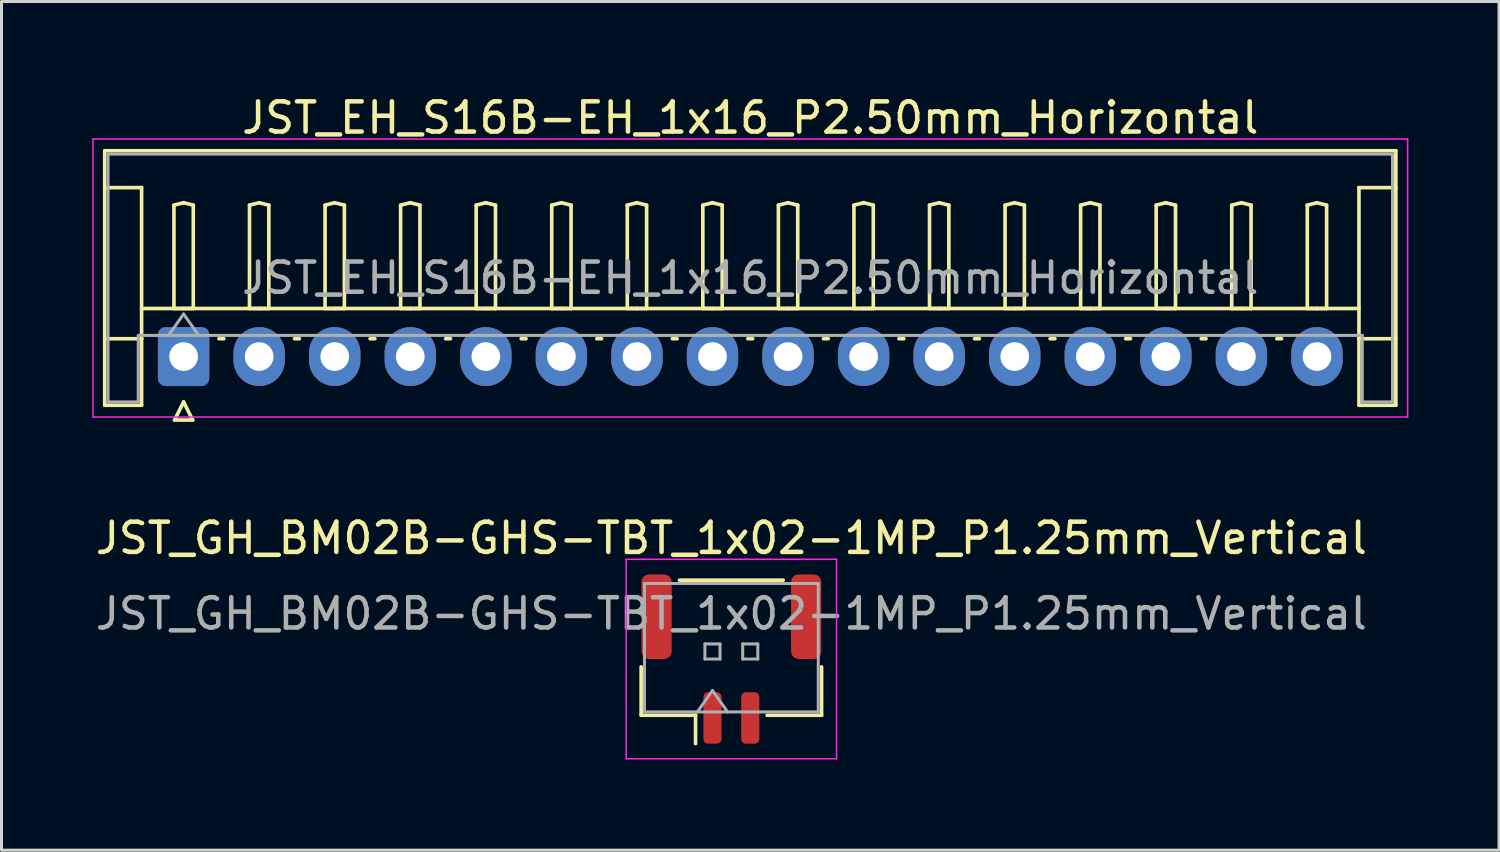
<source format=kicad_pcb>
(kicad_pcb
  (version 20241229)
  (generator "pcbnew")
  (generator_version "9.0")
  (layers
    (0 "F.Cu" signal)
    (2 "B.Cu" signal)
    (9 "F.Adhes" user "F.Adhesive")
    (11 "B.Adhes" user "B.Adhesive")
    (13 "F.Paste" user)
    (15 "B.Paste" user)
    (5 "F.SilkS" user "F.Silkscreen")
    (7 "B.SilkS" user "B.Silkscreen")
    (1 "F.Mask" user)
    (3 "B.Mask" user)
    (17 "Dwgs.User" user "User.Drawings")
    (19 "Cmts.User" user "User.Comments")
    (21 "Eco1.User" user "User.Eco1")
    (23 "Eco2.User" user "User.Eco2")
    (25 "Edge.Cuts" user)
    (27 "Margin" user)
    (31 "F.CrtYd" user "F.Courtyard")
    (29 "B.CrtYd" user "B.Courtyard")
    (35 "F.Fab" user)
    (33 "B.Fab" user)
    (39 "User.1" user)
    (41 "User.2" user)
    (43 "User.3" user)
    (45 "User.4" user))
  (footprint "JST_EH_S16B-EH_1x16_P2.50mm_Horizontal"
    (layer "F.Cu")
    (at 3.025 8.748)
    (property "Reference" "JST_EH_S16B-EH_1x16_P2.50mm_Horizontal" (at 18.75 -7.9 0) (layer "F.SilkS") (effects (font (size 1 1) (thickness 0.15))))
    (attr through_hole)
    (fp_line (start -2.61 -6.81) (end 40.11 -6.81) (stroke (width 0.12) (type solid)) (layer "F.SilkS"))
    (fp_line (start -2.61 -5.59) (end -1.39 -5.59) (stroke (width 0.12) (type solid)) (layer "F.SilkS"))
    (fp_line (start -2.61 1.61) (end -2.61 -6.81) (stroke (width 0.12) (type solid)) (layer "F.SilkS"))
    (fp_line (start -1.39 -5.59) (end -1.39 -0.59) (stroke (width 0.12) (type solid)) (layer "F.SilkS"))
    (fp_line (start -1.39 -1.59) (end 38.89 -1.59) (stroke (width 0.12) (type solid)) (layer "F.SilkS"))
    (fp_line (start -1.39 -0.59) (end -2.61 -0.59) (stroke (width 0.12) (type solid)) (layer "F.SilkS"))
    (fp_line (start -1.39 -0.59) (end -1.39 1.61) (stroke (width 0.12) (type solid)) (layer "F.SilkS"))
    (fp_line (start -1.39 1.61) (end -2.61 1.61) (stroke (width 0.12) (type solid)) (layer "F.SilkS"))
    (fp_line (start -0.32 -5.01) (end 0 -5.09) (stroke (width 0.12) (type solid)) (layer "F.SilkS"))
    (fp_line (start -0.32 -1.59) (end -0.32 -5.01) (stroke (width 0.12) (type solid)) (layer "F.SilkS"))
    (fp_line (start -0.3 2.1) (end 0.3 2.1) (stroke (width 0.12) (type solid)) (layer "F.SilkS"))
    (fp_line (start 0 -5.09) (end 0.32 -5.01) (stroke (width 0.12) (type solid)) (layer "F.SilkS"))
    (fp_line (start 0 -1.59) (end -0.32 -1.59) (stroke (width 0.12) (type solid)) (layer "F.SilkS"))
    (fp_line (start 0 1.5) (end -0.3 2.1) (stroke (width 0.12) (type solid)) (layer "F.SilkS"))
    (fp_line (start 0.3 2.1) (end 0 1.5) (stroke (width 0.12) (type solid)) (layer "F.SilkS"))
    (fp_line (start 0.32 -5.01) (end 0.32 -1.59) (stroke (width 0.12) (type solid)) (layer "F.SilkS"))
    (fp_line (start 0.32 -1.59) (end 0 -1.59) (stroke (width 0.12) (type solid)) (layer "F.SilkS"))
    (fp_line (start 1.17 -0.59) (end 1.33 -0.59) (stroke (width 0.12) (type solid)) (layer "F.SilkS"))
    (fp_line (start 2.18 -5.01) (end 2.5 -5.09) (stroke (width 0.12) (type solid)) (layer "F.SilkS"))
    (fp_line (start 2.18 -1.59) (end 2.18 -5.01) (stroke (width 0.12) (type solid)) (layer "F.SilkS"))
    (fp_line (start 2.5 -5.09) (end 2.82 -5.01) (stroke (width 0.12) (type solid)) (layer "F.SilkS"))
    (fp_line (start 2.5 -1.59) (end 2.18 -1.59) (stroke (width 0.12) (type solid)) (layer "F.SilkS"))
    (fp_line (start 2.82 -5.01) (end 2.82 -1.59) (stroke (width 0.12) (type solid)) (layer "F.SilkS"))
    (fp_line (start 2.82 -1.59) (end 2.5 -1.59) (stroke (width 0.12) (type solid)) (layer "F.SilkS"))
    (fp_line (start 3.67 -0.59) (end 3.83 -0.59) (stroke (width 0.12) (type solid)) (layer "F.SilkS"))
    (fp_line (start 4.68 -5.01) (end 5 -5.09) (stroke (width 0.12) (type solid)) (layer "F.SilkS"))
    (fp_line (start 4.68 -1.59) (end 4.68 -5.01) (stroke (width 0.12) (type solid)) (layer "F.SilkS"))
    (fp_line (start 5 -5.09) (end 5.32 -5.01) (stroke (width 0.12) (type solid)) (layer "F.SilkS"))
    (fp_line (start 5 -1.59) (end 4.68 -1.59) (stroke (width 0.12) (type solid)) (layer "F.SilkS"))
    (fp_line (start 5.32 -5.01) (end 5.32 -1.59) (stroke (width 0.12) (type solid)) (layer "F.SilkS"))
    (fp_line (start 5.32 -1.59) (end 5 -1.59) (stroke (width 0.12) (type solid)) (layer "F.SilkS"))
    (fp_line (start 6.17 -0.59) (end 6.33 -0.59) (stroke (width 0.12) (type solid)) (layer "F.SilkS"))
    (fp_line (start 7.18 -5.01) (end 7.5 -5.09) (stroke (width 0.12) (type solid)) (layer "F.SilkS"))
    (fp_line (start 7.18 -1.59) (end 7.18 -5.01) (stroke (width 0.12) (type solid)) (layer "F.SilkS"))
    (fp_line (start 7.5 -5.09) (end 7.82 -5.01) (stroke (width 0.12) (type solid)) (layer "F.SilkS"))
    (fp_line (start 7.5 -1.59) (end 7.18 -1.59) (stroke (width 0.12) (type solid)) (layer "F.SilkS"))
    (fp_line (start 7.82 -5.01) (end 7.82 -1.59) (stroke (width 0.12) (type solid)) (layer "F.SilkS"))
    (fp_line (start 7.82 -1.59) (end 7.5 -1.59) (stroke (width 0.12) (type solid)) (layer "F.SilkS"))
    (fp_line (start 8.67 -0.59) (end 8.83 -0.59) (stroke (width 0.12) (type solid)) (layer "F.SilkS"))
    (fp_line (start 9.68 -5.01) (end 10 -5.09) (stroke (width 0.12) (type solid)) (layer "F.SilkS"))
    (fp_line (start 9.68 -1.59) (end 9.68 -5.01) (stroke (width 0.12) (type solid)) (layer "F.SilkS"))
    (fp_line (start 10 -5.09) (end 10.32 -5.01) (stroke (width 0.12) (type solid)) (layer "F.SilkS"))
    (fp_line (start 10 -1.59) (end 9.68 -1.59) (stroke (width 0.12) (type solid)) (layer "F.SilkS"))
    (fp_line (start 10.32 -5.01) (end 10.32 -1.59) (stroke (width 0.12) (type solid)) (layer "F.SilkS"))
    (fp_line (start 10.32 -1.59) (end 10 -1.59) (stroke (width 0.12) (type solid)) (layer "F.SilkS"))
    (fp_line (start 11.17 -0.59) (end 11.33 -0.59) (stroke (width 0.12) (type solid)) (layer "F.SilkS"))
    (fp_line (start 12.18 -5.01) (end 12.5 -5.09) (stroke (width 0.12) (type solid)) (layer "F.SilkS"))
    (fp_line (start 12.18 -1.59) (end 12.18 -5.01) (stroke (width 0.12) (type solid)) (layer "F.SilkS"))
    (fp_line (start 12.5 -5.09) (end 12.82 -5.01) (stroke (width 0.12) (type solid)) (layer "F.SilkS"))
    (fp_line (start 12.5 -1.59) (end 12.18 -1.59) (stroke (width 0.12) (type solid)) (layer "F.SilkS"))
    (fp_line (start 12.82 -5.01) (end 12.82 -1.59) (stroke (width 0.12) (type solid)) (layer "F.SilkS"))
    (fp_line (start 12.82 -1.59) (end 12.5 -1.59) (stroke (width 0.12) (type solid)) (layer "F.SilkS"))
    (fp_line (start 13.67 -0.59) (end 13.83 -0.59) (stroke (width 0.12) (type solid)) (layer "F.SilkS"))
    (fp_line (start 14.68 -5.01) (end 15 -5.09) (stroke (width 0.12) (type solid)) (layer "F.SilkS"))
    (fp_line (start 14.68 -1.59) (end 14.68 -5.01) (stroke (width 0.12) (type solid)) (layer "F.SilkS"))
    (fp_line (start 15 -5.09) (end 15.32 -5.01) (stroke (width 0.12) (type solid)) (layer "F.SilkS"))
    (fp_line (start 15 -1.59) (end 14.68 -1.59) (stroke (width 0.12) (type solid)) (layer "F.SilkS"))
    (fp_line (start 15.32 -5.01) (end 15.32 -1.59) (stroke (width 0.12) (type solid)) (layer "F.SilkS"))
    (fp_line (start 15.32 -1.59) (end 15 -1.59) (stroke (width 0.12) (type solid)) (layer "F.SilkS"))
    (fp_line (start 16.17 -0.59) (end 16.33 -0.59) (stroke (width 0.12) (type solid)) (layer "F.SilkS"))
    (fp_line (start 17.18 -5.01) (end 17.5 -5.09) (stroke (width 0.12) (type solid)) (layer "F.SilkS"))
    (fp_line (start 17.18 -1.59) (end 17.18 -5.01) (stroke (width 0.12) (type solid)) (layer "F.SilkS"))
    (fp_line (start 17.5 -5.09) (end 17.82 -5.01) (stroke (width 0.12) (type solid)) (layer "F.SilkS"))
    (fp_line (start 17.5 -1.59) (end 17.18 -1.59) (stroke (width 0.12) (type solid)) (layer "F.SilkS"))
    (fp_line (start 17.82 -5.01) (end 17.82 -1.59) (stroke (width 0.12) (type solid)) (layer "F.SilkS"))
    (fp_line (start 17.82 -1.59) (end 17.5 -1.59) (stroke (width 0.12) (type solid)) (layer "F.SilkS"))
    (fp_line (start 18.67 -0.59) (end 18.83 -0.59) (stroke (width 0.12) (type solid)) (layer "F.SilkS"))
    (fp_line (start 19.68 -5.01) (end 20 -5.09) (stroke (width 0.12) (type solid)) (layer "F.SilkS"))
    (fp_line (start 19.68 -1.59) (end 19.68 -5.01) (stroke (width 0.12) (type solid)) (layer "F.SilkS"))
    (fp_line (start 20 -5.09) (end 20.32 -5.01) (stroke (width 0.12) (type solid)) (layer "F.SilkS"))
    (fp_line (start 20 -1.59) (end 19.68 -1.59) (stroke (width 0.12) (type solid)) (layer "F.SilkS"))
    (fp_line (start 20.32 -5.01) (end 20.32 -1.59) (stroke (width 0.12) (type solid)) (layer "F.SilkS"))
    (fp_line (start 20.32 -1.59) (end 20 -1.59) (stroke (width 0.12) (type solid)) (layer "F.SilkS"))
    (fp_line (start 21.17 -0.59) (end 21.33 -0.59) (stroke (width 0.12) (type solid)) (layer "F.SilkS"))
    (fp_line (start 22.18 -5.01) (end 22.5 -5.09) (stroke (width 0.12) (type solid)) (layer "F.SilkS"))
    (fp_line (start 22.18 -1.59) (end 22.18 -5.01) (stroke (width 0.12) (type solid)) (layer "F.SilkS"))
    (fp_line (start 22.5 -5.09) (end 22.82 -5.01) (stroke (width 0.12) (type solid)) (layer "F.SilkS"))
    (fp_line (start 22.5 -1.59) (end 22.18 -1.59) (stroke (width 0.12) (type solid)) (layer "F.SilkS"))
    (fp_line (start 22.82 -5.01) (end 22.82 -1.59) (stroke (width 0.12) (type solid)) (layer "F.SilkS"))
    (fp_line (start 22.82 -1.59) (end 22.5 -1.59) (stroke (width 0.12) (type solid)) (layer "F.SilkS"))
    (fp_line (start 23.67 -0.59) (end 23.83 -0.59) (stroke (width 0.12) (type solid)) (layer "F.SilkS"))
    (fp_line (start 24.68 -5.01) (end 25 -5.09) (stroke (width 0.12) (type solid)) (layer "F.SilkS"))
    (fp_line (start 24.68 -1.59) (end 24.68 -5.01) (stroke (width 0.12) (type solid)) (layer "F.SilkS"))
    (fp_line (start 25 -5.09) (end 25.32 -5.01) (stroke (width 0.12) (type solid)) (layer "F.SilkS"))
    (fp_line (start 25 -1.59) (end 24.68 -1.59) (stroke (width 0.12) (type solid)) (layer "F.SilkS"))
    (fp_line (start 25.32 -5.01) (end 25.32 -1.59) (stroke (width 0.12) (type solid)) (layer "F.SilkS"))
    (fp_line (start 25.32 -1.59) (end 25 -1.59) (stroke (width 0.12) (type solid)) (layer "F.SilkS"))
    (fp_line (start 26.17 -0.59) (end 26.33 -0.59) (stroke (width 0.12) (type solid)) (layer "F.SilkS"))
    (fp_line (start 27.18 -5.01) (end 27.5 -5.09) (stroke (width 0.12) (type solid)) (layer "F.SilkS"))
    (fp_line (start 27.18 -1.59) (end 27.18 -5.01) (stroke (width 0.12) (type solid)) (layer "F.SilkS"))
    (fp_line (start 27.5 -5.09) (end 27.82 -5.01) (stroke (width 0.12) (type solid)) (layer "F.SilkS"))
    (fp_line (start 27.5 -1.59) (end 27.18 -1.59) (stroke (width 0.12) (type solid)) (layer "F.SilkS"))
    (fp_line (start 27.82 -5.01) (end 27.82 -1.59) (stroke (width 0.12) (type solid)) (layer "F.SilkS"))
    (fp_line (start 27.82 -1.59) (end 27.5 -1.59) (stroke (width 0.12) (type solid)) (layer "F.SilkS"))
    (fp_line (start 28.67 -0.59) (end 28.83 -0.59) (stroke (width 0.12) (type solid)) (layer "F.SilkS"))
    (fp_line (start 29.68 -5.01) (end 30 -5.09) (stroke (width 0.12) (type solid)) (layer "F.SilkS"))
    (fp_line (start 29.68 -1.59) (end 29.68 -5.01) (stroke (width 0.12) (type solid)) (layer "F.SilkS"))
    (fp_line (start 30 -5.09) (end 30.32 -5.01) (stroke (width 0.12) (type solid)) (layer "F.SilkS"))
    (fp_line (start 30 -1.59) (end 29.68 -1.59) (stroke (width 0.12) (type solid)) (layer "F.SilkS"))
    (fp_line (start 30.32 -5.01) (end 30.32 -1.59) (stroke (width 0.12) (type solid)) (layer "F.SilkS"))
    (fp_line (start 30.32 -1.59) (end 30 -1.59) (stroke (width 0.12) (type solid)) (layer "F.SilkS"))
    (fp_line (start 31.17 -0.59) (end 31.33 -0.59) (stroke (width 0.12) (type solid)) (layer "F.SilkS"))
    (fp_line (start 32.18 -5.01) (end 32.5 -5.09) (stroke (width 0.12) (type solid)) (layer "F.SilkS"))
    (fp_line (start 32.18 -1.59) (end 32.18 -5.01) (stroke (width 0.12) (type solid)) (layer "F.SilkS"))
    (fp_line (start 32.5 -5.09) (end 32.82 -5.01) (stroke (width 0.12) (type solid)) (layer "F.SilkS"))
    (fp_line (start 32.5 -1.59) (end 32.18 -1.59) (stroke (width 0.12) (type solid)) (layer "F.SilkS"))
    (fp_line (start 32.82 -5.01) (end 32.82 -1.59) (stroke (width 0.12) (type solid)) (layer "F.SilkS"))
    (fp_line (start 32.82 -1.59) (end 32.5 -1.59) (stroke (width 0.12) (type solid)) (layer "F.SilkS"))
    (fp_line (start 33.67 -0.59) (end 33.83 -0.59) (stroke (width 0.12) (type solid)) (layer "F.SilkS"))
    (fp_line (start 34.68 -5.01) (end 35 -5.09) (stroke (width 0.12) (type solid)) (layer "F.SilkS"))
    (fp_line (start 34.68 -1.59) (end 34.68 -5.01) (stroke (width 0.12) (type solid)) (layer "F.SilkS"))
    (fp_line (start 35 -5.09) (end 35.32 -5.01) (stroke (width 0.12) (type solid)) (layer "F.SilkS"))
    (fp_line (start 35 -1.59) (end 34.68 -1.59) (stroke (width 0.12) (type solid)) (layer "F.SilkS"))
    (fp_line (start 35.32 -5.01) (end 35.32 -1.59) (stroke (width 0.12) (type solid)) (layer "F.SilkS"))
    (fp_line (start 35.32 -1.59) (end 35 -1.59) (stroke (width 0.12) (type solid)) (layer "F.SilkS"))
    (fp_line (start 36.17 -0.59) (end 36.33 -0.59) (stroke (width 0.12) (type solid)) (layer "F.SilkS"))
    (fp_line (start 37.18 -5.01) (end 37.5 -5.09) (stroke (width 0.12) (type solid)) (layer "F.SilkS"))
    (fp_line (start 37.18 -1.59) (end 37.18 -5.01) (stroke (width 0.12) (type solid)) (layer "F.SilkS"))
    (fp_line (start 37.5 -5.09) (end 37.82 -5.01) (stroke (width 0.12) (type solid)) (layer "F.SilkS"))
    (fp_line (start 37.5 -1.59) (end 37.18 -1.59) (stroke (width 0.12) (type solid)) (layer "F.SilkS"))
    (fp_line (start 37.82 -5.01) (end 37.82 -1.59) (stroke (width 0.12) (type solid)) (layer "F.SilkS"))
    (fp_line (start 37.82 -1.59) (end 37.5 -1.59) (stroke (width 0.12) (type solid)) (layer "F.SilkS"))
    (fp_line (start 38.89 -5.59) (end 38.89 -0.59) (stroke (width 0.12) (type solid)) (layer "F.SilkS"))
    (fp_line (start 38.89 -0.59) (end 40.11 -0.59) (stroke (width 0.12) (type solid)) (layer "F.SilkS"))
    (fp_line (start 38.89 1.61) (end 38.89 -0.59) (stroke (width 0.12) (type solid)) (layer "F.SilkS"))
    (fp_line (start 40.11 -6.81) (end 40.11 1.61) (stroke (width 0.12) (type solid)) (layer "F.SilkS"))
    (fp_line (start 40.11 -5.59) (end 38.89 -5.59) (stroke (width 0.12) (type solid)) (layer "F.SilkS"))
    (fp_line (start 40.11 1.61) (end 38.89 1.61) (stroke (width 0.12) (type solid)) (layer "F.SilkS"))
    (fp_line (start -3 -7.2) (end -3 2) (stroke (width 0.05) (type solid)) (layer "F.CrtYd"))
    (fp_line (start -3 2) (end 40.5 2) (stroke (width 0.05) (type solid)) (layer "F.CrtYd"))
    (fp_line (start 40.5 -7.2) (end -3 -7.2) (stroke (width 0.05) (type solid)) (layer "F.CrtYd"))
    (fp_line (start 40.5 2) (end 40.5 -7.2) (stroke (width 0.05) (type solid)) (layer "F.CrtYd"))
    (fp_line (start -2.5 -6.7) (end 40 -6.7) (stroke (width 0.1) (type solid)) (layer "F.Fab"))
    (fp_line (start -2.5 1.5) (end -2.5 -6.7) (stroke (width 0.1) (type solid)) (layer "F.Fab"))
    (fp_line (start -1.5 -0.7) (end -1.5 1.5) (stroke (width 0.1) (type solid)) (layer "F.Fab"))
    (fp_line (start -1.5 1.5) (end -2.5 1.5) (stroke (width 0.1) (type solid)) (layer "F.Fab"))
    (fp_line (start -0.5 -0.7) (end 0 -1.407) (stroke (width 0.1) (type solid)) (layer "F.Fab"))
    (fp_line (start 0 -1.407) (end 0.5 -0.7) (stroke (width 0.1) (type solid)) (layer "F.Fab"))
    (fp_line (start 39 -0.7) (end -1.5 -0.7) (stroke (width 0.1) (type solid)) (layer "F.Fab"))
    (fp_line (start 39 1.5) (end 39 -0.7) (stroke (width 0.1) (type solid)) (layer "F.Fab"))
    (fp_line (start 40 -6.7) (end 40 1.5) (stroke (width 0.1) (type solid)) (layer "F.Fab"))
    (fp_line (start 40 1.5) (end 39 1.5) (stroke (width 0.1) (type solid)) (layer "F.Fab"))
    (fp_text user "${REFERENCE}" (at 18.75 -2.6 0) (layer "F.Fab") (effects (font (size 1 1) (thickness 0.15))))
    (pad "1" thru_hole roundrect (at 0 0) (size 1.7 1.95) (drill 0.95) (layers "*.Cu" "*.Mask") (roundrect_rratio 0.147))
    (pad "2" thru_hole oval (at 2.5 0) (size 1.7 1.95) (drill 0.95) (layers "*.Cu" "*.Mask"))
    (pad "3" thru_hole oval (at 5 0) (size 1.7 1.95) (drill 0.95) (layers "*.Cu" "*.Mask"))
    (pad "4" thru_hole oval (at 7.5 0) (size 1.7 1.95) (drill 0.95) (layers "*.Cu" "*.Mask"))
    (pad "5" thru_hole oval (at 10 0) (size 1.7 1.95) (drill 0.95) (layers "*.Cu" "*.Mask"))
    (pad "6" thru_hole oval (at 12.5 0) (size 1.7 1.95) (drill 0.95) (layers "*.Cu" "*.Mask"))
    (pad "7" thru_hole oval (at 15 0) (size 1.7 1.95) (drill 0.95) (layers "*.Cu" "*.Mask"))
    (pad "8" thru_hole oval (at 17.5 0) (size 1.7 1.95) (drill 0.95) (layers "*.Cu" "*.Mask"))
    (pad "9" thru_hole oval (at 20 0) (size 1.7 1.95) (drill 0.95) (layers "*.Cu" "*.Mask"))
    (pad "10" thru_hole oval (at 22.5 0) (size 1.7 1.95) (drill 0.95) (layers "*.Cu" "*.Mask"))
    (pad "11" thru_hole oval (at 25 0) (size 1.7 1.95) (drill 0.95) (layers "*.Cu" "*.Mask"))
    (pad "12" thru_hole oval (at 27.5 0) (size 1.7 1.95) (drill 0.95) (layers "*.Cu" "*.Mask"))
    (pad "13" thru_hole oval (at 30 0) (size 1.7 1.95) (drill 0.95) (layers "*.Cu" "*.Mask"))
    (pad "14" thru_hole oval (at 32.5 0) (size 1.7 1.95) (drill 0.95) (layers "*.Cu" "*.Mask"))
    (pad "15" thru_hole oval (at 35 0) (size 1.7 1.95) (drill 0.95) (layers "*.Cu" "*.Mask"))
    (pad "16" thru_hole oval (at 37.5 0) (size 1.7 1.95) (drill 0.95) (layers "*.Cu" "*.Mask")))
  (footprint "JST_GH_BM02B-GHS-TBT_1x02-1MP_P1.25mm_Vertical"
    (layer "F.Cu")
    (at 21.149 18.756)
    (property "Reference" "JST_GH_BM02B-GHS-TBT_1x02-1MP_P1.25mm_Vertical" (at 0 -4 0) (layer "F.SilkS") (effects (font (size 1 1) (thickness 0.15))))
    (attr smd)
    (fp_line (start -2.985 0.26) (end -2.985 1.86) (stroke (width 0.12) (type solid)) (layer "F.SilkS"))
    (fp_line (start -2.985 1.86) (end -1.185 1.86) (stroke (width 0.12) (type solid)) (layer "F.SilkS"))
    (fp_line (start -1.715 -2.61) (end 1.715 -2.61) (stroke (width 0.12) (type solid)) (layer "F.SilkS"))
    (fp_line (start -1.185 1.86) (end -1.185 2.8) (stroke (width 0.12) (type solid)) (layer "F.SilkS"))
    (fp_line (start 2.985 0.26) (end 2.985 1.86) (stroke (width 0.12) (type solid)) (layer "F.SilkS"))
    (fp_line (start 2.985 1.86) (end 1.185 1.86) (stroke (width 0.12) (type solid)) (layer "F.SilkS"))
    (fp_line (start -3.48 -3.3) (end -3.48 3.3) (stroke (width 0.05) (type solid)) (layer "F.CrtYd"))
    (fp_line (start -3.48 3.3) (end 3.48 3.3) (stroke (width 0.05) (type solid)) (layer "F.CrtYd"))
    (fp_line (start 3.48 -3.3) (end -3.48 -3.3) (stroke (width 0.05) (type solid)) (layer "F.CrtYd"))
    (fp_line (start 3.48 3.3) (end 3.48 -3.3) (stroke (width 0.05) (type solid)) (layer "F.CrtYd"))
    (fp_line (start -2.875 -2.5) (end 2.875 -2.5) (stroke (width 0.1) (type solid)) (layer "F.Fab"))
    (fp_line (start -2.875 1.75) (end -2.875 -2.5) (stroke (width 0.1) (type solid)) (layer "F.Fab"))
    (fp_line (start -2.875 1.75) (end 2.875 1.75) (stroke (width 0.1) (type solid)) (layer "F.Fab"))
    (fp_line (start -1.125 1.75) (end -0.625 1.043) (stroke (width 0.1) (type solid)) (layer "F.Fab"))
    (fp_line (start -0.875 -0.5) (end -0.875 0) (stroke (width 0.1) (type solid)) (layer "F.Fab"))
    (fp_line (start -0.875 0) (end -0.375 0) (stroke (width 0.1) (type solid)) (layer "F.Fab"))
    (fp_line (start -0.625 1.043) (end -0.125 1.75) (stroke (width 0.1) (type solid)) (layer "F.Fab"))
    (fp_line (start -0.375 -0.5) (end -0.875 -0.5) (stroke (width 0.1) (type solid)) (layer "F.Fab"))
    (fp_line (start -0.375 0) (end -0.375 -0.5) (stroke (width 0.1) (type solid)) (layer "F.Fab"))
    (fp_line (start 0.375 -0.5) (end 0.375 0) (stroke (width 0.1) (type solid)) (layer "F.Fab"))
    (fp_line (start 0.375 0) (end 0.875 0) (stroke (width 0.1) (type solid)) (layer "F.Fab"))
    (fp_line (start 0.875 -0.5) (end 0.375 -0.5) (stroke (width 0.1) (type solid)) (layer "F.Fab"))
    (fp_line (start 0.875 0) (end 0.875 -0.5) (stroke (width 0.1) (type solid)) (layer "F.Fab"))
    (fp_line (start 2.875 1.75) (end 2.875 -2.5) (stroke (width 0.1) (type solid)) (layer "F.Fab"))
    (fp_text user "${REFERENCE}" (at 0 -1.5 0) (layer "F.Fab") (effects (font (size 1 1) (thickness 0.15))))
    (pad "1" smd roundrect (at -0.625 1.95) (size 0.6 1.7) (layers "F.Cu" "F.Mask" "F.Paste") (roundrect_rratio 0.25))
    (pad "2" smd roundrect (at 0.625 1.95) (size 0.6 1.7) (layers "F.Cu" "F.Mask" "F.Paste") (roundrect_rratio 0.25))
    (pad "MP" smd roundrect (at -2.475 -1.4) (size 1 2.8) (layers "F.Cu" "F.Mask" "F.Paste") (roundrect_rratio 0.25))
    (pad "MP" smd roundrect (at 2.475 -1.4) (size 1 2.8) (layers "F.Cu" "F.Mask" "F.Paste") (roundrect_rratio 0.25)))
  (gr_rect
    (start -3 -3)
    (end 46.55 25.081)
    (stroke (width 0.1) (type default))
    (fill no)
    (layer "Edge.Cuts")))
</source>
